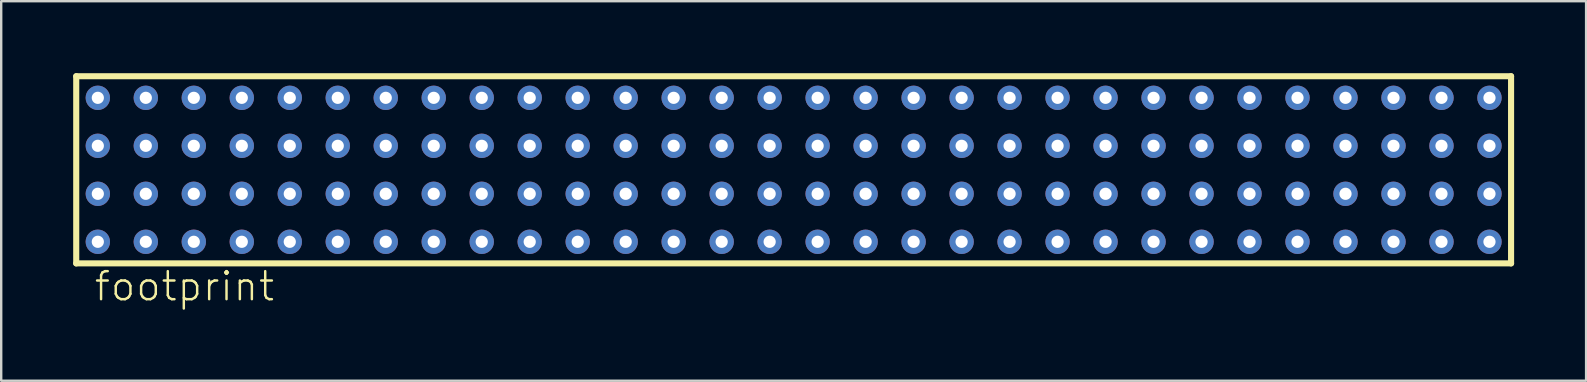
<source format=kicad_pcb>
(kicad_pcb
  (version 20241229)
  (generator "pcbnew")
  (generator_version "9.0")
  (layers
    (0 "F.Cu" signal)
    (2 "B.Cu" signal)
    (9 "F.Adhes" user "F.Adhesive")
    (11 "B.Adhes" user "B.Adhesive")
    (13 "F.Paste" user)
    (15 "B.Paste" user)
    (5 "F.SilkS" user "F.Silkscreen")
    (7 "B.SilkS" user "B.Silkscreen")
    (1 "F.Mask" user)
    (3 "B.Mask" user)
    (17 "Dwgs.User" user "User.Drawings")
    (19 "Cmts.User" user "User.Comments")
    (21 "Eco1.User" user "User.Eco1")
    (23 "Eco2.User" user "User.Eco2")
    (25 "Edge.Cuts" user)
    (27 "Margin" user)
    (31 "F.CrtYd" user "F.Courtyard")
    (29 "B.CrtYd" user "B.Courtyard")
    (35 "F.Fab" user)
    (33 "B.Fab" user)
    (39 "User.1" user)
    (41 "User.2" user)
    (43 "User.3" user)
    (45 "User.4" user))
  (footprint "footprint"
    (layer "F.Cu")
    (at 30.027 4.027)
    (property "Reference" "footprint" (at -29.21 5.54 0) (layer "F.SilkS") (effects (font (size 1.168 1.168) (thickness 0.102)) (justify left bottom)))
    (fp_line (start -29.9 -3.9) (end -29.9 3.9) (stroke (width 0.254) (type solid)) (layer "F.SilkS"))
    (fp_line (start -29.9 3.9) (end 29.9 3.9) (stroke (width 0.254) (type solid)) (layer "F.SilkS"))
    (fp_line (start 29.9 -3.9) (end -29.9 -3.9) (stroke (width 0.254) (type solid)) (layer "F.SilkS"))
    (fp_line (start 29.9 3.9) (end 29.9 -3.9) (stroke (width 0.254) (type solid)) (layer "F.SilkS"))
    (pad "A1" thru_hole circle (at -29 3) (size 1.016 1.016) (drill 0.508) (layers "*.Cu" "*.Mask"))
    (pad "A2" thru_hole circle (at -27 3) (size 1.016 1.016) (drill 0.508) (layers "*.Cu" "*.Mask"))
    (pad "A3" thru_hole circle (at -25 3) (size 1.016 1.016) (drill 0.508) (layers "*.Cu" "*.Mask"))
    (pad "A4" thru_hole circle (at -23 3) (size 1.016 1.016) (drill 0.508) (layers "*.Cu" "*.Mask"))
    (pad "A5" thru_hole circle (at -21 3) (size 1.016 1.016) (drill 0.508) (layers "*.Cu" "*.Mask"))
    (pad "A6" thru_hole circle (at -19 3) (size 1.016 1.016) (drill 0.508) (layers "*.Cu" "*.Mask"))
    (pad "A7" thru_hole circle (at -17 3) (size 1.016 1.016) (drill 0.508) (layers "*.Cu" "*.Mask"))
    (pad "A8" thru_hole circle (at -15 3) (size 1.016 1.016) (drill 0.508) (layers "*.Cu" "*.Mask"))
    (pad "A9" thru_hole circle (at -13 3) (size 1.016 1.016) (drill 0.508) (layers "*.Cu" "*.Mask"))
    (pad "A10" thru_hole circle (at -11 3) (size 1.016 1.016) (drill 0.508) (layers "*.Cu" "*.Mask"))
    (pad "A11" thru_hole circle (at -9 3) (size 1.016 1.016) (drill 0.508) (layers "*.Cu" "*.Mask"))
    (pad "A12" thru_hole circle (at -7 3) (size 1.016 1.016) (drill 0.508) (layers "*.Cu" "*.Mask"))
    (pad "A13" thru_hole circle (at -5 3) (size 1.016 1.016) (drill 0.508) (layers "*.Cu" "*.Mask"))
    (pad "A14" thru_hole circle (at -3 3) (size 1.016 1.016) (drill 0.508) (layers "*.Cu" "*.Mask"))
    (pad "A15" thru_hole circle (at -1 3) (size 1.016 1.016) (drill 0.508) (layers "*.Cu" "*.Mask"))
    (pad "A16" thru_hole circle (at 1 3) (size 1.016 1.016) (drill 0.508) (layers "*.Cu" "*.Mask"))
    (pad "A17" thru_hole circle (at 3 3) (size 1.016 1.016) (drill 0.508) (layers "*.Cu" "*.Mask"))
    (pad "A18" thru_hole circle (at 5 3) (size 1.016 1.016) (drill 0.508) (layers "*.Cu" "*.Mask"))
    (pad "A19" thru_hole circle (at 7 3) (size 1.016 1.016) (drill 0.508) (layers "*.Cu" "*.Mask"))
    (pad "A20" thru_hole circle (at 9 3) (size 1.016 1.016) (drill 0.508) (layers "*.Cu" "*.Mask"))
    (pad "A21" thru_hole circle (at 11 3) (size 1.016 1.016) (drill 0.508) (layers "*.Cu" "*.Mask"))
    (pad "A22" thru_hole circle (at 13 3) (size 1.016 1.016) (drill 0.508) (layers "*.Cu" "*.Mask"))
    (pad "A23" thru_hole circle (at 15 3) (size 1.016 1.016) (drill 0.508) (layers "*.Cu" "*.Mask"))
    (pad "A24" thru_hole circle (at 17 3) (size 1.016 1.016) (drill 0.508) (layers "*.Cu" "*.Mask"))
    (pad "A25" thru_hole circle (at 19 3) (size 1.016 1.016) (drill 0.508) (layers "*.Cu" "*.Mask"))
    (pad "A26" thru_hole circle (at 21 3) (size 1.016 1.016) (drill 0.508) (layers "*.Cu" "*.Mask"))
    (pad "A27" thru_hole circle (at 23 3) (size 1.016 1.016) (drill 0.508) (layers "*.Cu" "*.Mask"))
    (pad "A28" thru_hole circle (at 25 3) (size 1.016 1.016) (drill 0.508) (layers "*.Cu" "*.Mask"))
    (pad "A29" thru_hole circle (at 27 3) (size 1.016 1.016) (drill 0.508) (layers "*.Cu" "*.Mask"))
    (pad "A30" thru_hole circle (at 29 3) (size 1.016 1.016) (drill 0.508) (layers "*.Cu" "*.Mask"))
    (pad "B1" thru_hole circle (at -29 1) (size 1.016 1.016) (drill 0.508) (layers "*.Cu" "*.Mask"))
    (pad "B2" thru_hole circle (at -27 1) (size 1.016 1.016) (drill 0.508) (layers "*.Cu" "*.Mask"))
    (pad "B3" thru_hole circle (at -25 1) (size 1.016 1.016) (drill 0.508) (layers "*.Cu" "*.Mask"))
    (pad "B4" thru_hole circle (at -23 1) (size 1.016 1.016) (drill 0.508) (layers "*.Cu" "*.Mask"))
    (pad "B5" thru_hole circle (at -21 1) (size 1.016 1.016) (drill 0.508) (layers "*.Cu" "*.Mask"))
    (pad "B6" thru_hole circle (at -19 1) (size 1.016 1.016) (drill 0.508) (layers "*.Cu" "*.Mask"))
    (pad "B7" thru_hole circle (at -17 1) (size 1.016 1.016) (drill 0.508) (layers "*.Cu" "*.Mask"))
    (pad "B8" thru_hole circle (at -15 1) (size 1.016 1.016) (drill 0.508) (layers "*.Cu" "*.Mask"))
    (pad "B9" thru_hole circle (at -13 1) (size 1.016 1.016) (drill 0.508) (layers "*.Cu" "*.Mask"))
    (pad "B10" thru_hole circle (at -11 1) (size 1.016 1.016) (drill 0.508) (layers "*.Cu" "*.Mask"))
    (pad "B11" thru_hole circle (at -9 1) (size 1.016 1.016) (drill 0.508) (layers "*.Cu" "*.Mask"))
    (pad "B12" thru_hole circle (at -7 1) (size 1.016 1.016) (drill 0.508) (layers "*.Cu" "*.Mask"))
    (pad "B13" thru_hole circle (at -5 1) (size 1.016 1.016) (drill 0.508) (layers "*.Cu" "*.Mask"))
    (pad "B14" thru_hole circle (at -3 1) (size 1.016 1.016) (drill 0.508) (layers "*.Cu" "*.Mask"))
    (pad "B15" thru_hole circle (at -1 1) (size 1.016 1.016) (drill 0.508) (layers "*.Cu" "*.Mask"))
    (pad "B16" thru_hole circle (at 1 1) (size 1.016 1.016) (drill 0.508) (layers "*.Cu" "*.Mask"))
    (pad "B17" thru_hole circle (at 3 1) (size 1.016 1.016) (drill 0.508) (layers "*.Cu" "*.Mask"))
    (pad "B18" thru_hole circle (at 5 1) (size 1.016 1.016) (drill 0.508) (layers "*.Cu" "*.Mask"))
    (pad "B19" thru_hole circle (at 7 1) (size 1.016 1.016) (drill 0.508) (layers "*.Cu" "*.Mask"))
    (pad "B20" thru_hole circle (at 9 1) (size 1.016 1.016) (drill 0.508) (layers "*.Cu" "*.Mask"))
    (pad "B21" thru_hole circle (at 11 1) (size 1.016 1.016) (drill 0.508) (layers "*.Cu" "*.Mask"))
    (pad "B22" thru_hole circle (at 13 1) (size 1.016 1.016) (drill 0.508) (layers "*.Cu" "*.Mask"))
    (pad "B23" thru_hole circle (at 15 1) (size 1.016 1.016) (drill 0.508) (layers "*.Cu" "*.Mask"))
    (pad "B24" thru_hole circle (at 17 1) (size 1.016 1.016) (drill 0.508) (layers "*.Cu" "*.Mask"))
    (pad "B25" thru_hole circle (at 19 1) (size 1.016 1.016) (drill 0.508) (layers "*.Cu" "*.Mask"))
    (pad "B26" thru_hole circle (at 21 1) (size 1.016 1.016) (drill 0.508) (layers "*.Cu" "*.Mask"))
    (pad "B27" thru_hole circle (at 23 1) (size 1.016 1.016) (drill 0.508) (layers "*.Cu" "*.Mask"))
    (pad "B28" thru_hole circle (at 25 1) (size 1.016 1.016) (drill 0.508) (layers "*.Cu" "*.Mask"))
    (pad "B29" thru_hole circle (at 27 1) (size 1.016 1.016) (drill 0.508) (layers "*.Cu" "*.Mask"))
    (pad "B30" thru_hole circle (at 29 1) (size 1.016 1.016) (drill 0.508) (layers "*.Cu" "*.Mask"))
    (pad "C1" thru_hole circle (at -29 -1) (size 1.016 1.016) (drill 0.508) (layers "*.Cu" "*.Mask"))
    (pad "C2" thru_hole circle (at -27 -1) (size 1.016 1.016) (drill 0.508) (layers "*.Cu" "*.Mask"))
    (pad "C3" thru_hole circle (at -25 -1) (size 1.016 1.016) (drill 0.508) (layers "*.Cu" "*.Mask"))
    (pad "C4" thru_hole circle (at -23 -1) (size 1.016 1.016) (drill 0.508) (layers "*.Cu" "*.Mask"))
    (pad "C5" thru_hole circle (at -21 -1) (size 1.016 1.016) (drill 0.508) (layers "*.Cu" "*.Mask"))
    (pad "C6" thru_hole circle (at -19 -1) (size 1.016 1.016) (drill 0.508) (layers "*.Cu" "*.Mask"))
    (pad "C7" thru_hole circle (at -17 -1) (size 1.016 1.016) (drill 0.508) (layers "*.Cu" "*.Mask"))
    (pad "C8" thru_hole circle (at -15 -1) (size 1.016 1.016) (drill 0.508) (layers "*.Cu" "*.Mask"))
    (pad "C9" thru_hole circle (at -13 -1) (size 1.016 1.016) (drill 0.508) (layers "*.Cu" "*.Mask"))
    (pad "C10" thru_hole circle (at -11 -1) (size 1.016 1.016) (drill 0.508) (layers "*.Cu" "*.Mask"))
    (pad "C11" thru_hole circle (at -9 -1) (size 1.016 1.016) (drill 0.508) (layers "*.Cu" "*.Mask"))
    (pad "C12" thru_hole circle (at -7 -1) (size 1.016 1.016) (drill 0.508) (layers "*.Cu" "*.Mask"))
    (pad "C13" thru_hole circle (at -5 -1) (size 1.016 1.016) (drill 0.508) (layers "*.Cu" "*.Mask"))
    (pad "C14" thru_hole circle (at -3 -1) (size 1.016 1.016) (drill 0.508) (layers "*.Cu" "*.Mask"))
    (pad "C15" thru_hole circle (at -1 -1) (size 1.016 1.016) (drill 0.508) (layers "*.Cu" "*.Mask"))
    (pad "C16" thru_hole circle (at 1 -1) (size 1.016 1.016) (drill 0.508) (layers "*.Cu" "*.Mask"))
    (pad "C17" thru_hole circle (at 3 -1) (size 1.016 1.016) (drill 0.508) (layers "*.Cu" "*.Mask"))
    (pad "C18" thru_hole circle (at 5 -1) (size 1.016 1.016) (drill 0.508) (layers "*.Cu" "*.Mask"))
    (pad "C19" thru_hole circle (at 7 -1) (size 1.016 1.016) (drill 0.508) (layers "*.Cu" "*.Mask"))
    (pad "C20" thru_hole circle (at 9 -1) (size 1.016 1.016) (drill 0.508) (layers "*.Cu" "*.Mask"))
    (pad "C21" thru_hole circle (at 11 -1) (size 1.016 1.016) (drill 0.508) (layers "*.Cu" "*.Mask"))
    (pad "C22" thru_hole circle (at 13 -1) (size 1.016 1.016) (drill 0.508) (layers "*.Cu" "*.Mask"))
    (pad "C23" thru_hole circle (at 15 -1) (size 1.016 1.016) (drill 0.508) (layers "*.Cu" "*.Mask"))
    (pad "C24" thru_hole circle (at 17 -1) (size 1.016 1.016) (drill 0.508) (layers "*.Cu" "*.Mask"))
    (pad "C25" thru_hole circle (at 19 -1) (size 1.016 1.016) (drill 0.508) (layers "*.Cu" "*.Mask"))
    (pad "C26" thru_hole circle (at 21 -1) (size 1.016 1.016) (drill 0.508) (layers "*.Cu" "*.Mask"))
    (pad "C27" thru_hole circle (at 23 -1) (size 1.016 1.016) (drill 0.508) (layers "*.Cu" "*.Mask"))
    (pad "C28" thru_hole circle (at 25 -1) (size 1.016 1.016) (drill 0.508) (layers "*.Cu" "*.Mask"))
    (pad "C29" thru_hole circle (at 27 -1) (size 1.016 1.016) (drill 0.508) (layers "*.Cu" "*.Mask"))
    (pad "C30" thru_hole circle (at 29 -1) (size 1.016 1.016) (drill 0.508) (layers "*.Cu" "*.Mask"))
    (pad "D1" thru_hole circle (at -29 -3) (size 1.016 1.016) (drill 0.508) (layers "*.Cu" "*.Mask"))
    (pad "D2" thru_hole circle (at -27 -3) (size 1.016 1.016) (drill 0.508) (layers "*.Cu" "*.Mask"))
    (pad "D3" thru_hole circle (at -25 -3) (size 1.016 1.016) (drill 0.508) (layers "*.Cu" "*.Mask"))
    (pad "D4" thru_hole circle (at -23 -3) (size 1.016 1.016) (drill 0.508) (layers "*.Cu" "*.Mask"))
    (pad "D5" thru_hole circle (at -21 -3) (size 1.016 1.016) (drill 0.508) (layers "*.Cu" "*.Mask"))
    (pad "D6" thru_hole circle (at -19 -3) (size 1.016 1.016) (drill 0.508) (layers "*.Cu" "*.Mask"))
    (pad "D7" thru_hole circle (at -17 -3) (size 1.016 1.016) (drill 0.508) (layers "*.Cu" "*.Mask"))
    (pad "D8" thru_hole circle (at -15 -3) (size 1.016 1.016) (drill 0.508) (layers "*.Cu" "*.Mask"))
    (pad "D9" thru_hole circle (at -13 -3) (size 1.016 1.016) (drill 0.508) (layers "*.Cu" "*.Mask"))
    (pad "D10" thru_hole circle (at -11 -3) (size 1.016 1.016) (drill 0.508) (layers "*.Cu" "*.Mask"))
    (pad "D11" thru_hole circle (at -9 -3) (size 1.016 1.016) (drill 0.508) (layers "*.Cu" "*.Mask"))
    (pad "D12" thru_hole circle (at -7 -3) (size 1.016 1.016) (drill 0.508) (layers "*.Cu" "*.Mask"))
    (pad "D13" thru_hole circle (at -5 -3) (size 1.016 1.016) (drill 0.508) (layers "*.Cu" "*.Mask"))
    (pad "D14" thru_hole circle (at -3 -3) (size 1.016 1.016) (drill 0.508) (layers "*.Cu" "*.Mask"))
    (pad "D15" thru_hole circle (at -1 -3) (size 1.016 1.016) (drill 0.508) (layers "*.Cu" "*.Mask"))
    (pad "D16" thru_hole circle (at 1 -3) (size 1.016 1.016) (drill 0.508) (layers "*.Cu" "*.Mask"))
    (pad "D17" thru_hole circle (at 3 -3) (size 1.016 1.016) (drill 0.508) (layers "*.Cu" "*.Mask"))
    (pad "D18" thru_hole circle (at 5 -3) (size 1.016 1.016) (drill 0.508) (layers "*.Cu" "*.Mask"))
    (pad "D19" thru_hole circle (at 7 -3) (size 1.016 1.016) (drill 0.508) (layers "*.Cu" "*.Mask"))
    (pad "D20" thru_hole circle (at 9 -3) (size 1.016 1.016) (drill 0.508) (layers "*.Cu" "*.Mask"))
    (pad "D21" thru_hole circle (at 11 -3) (size 1.016 1.016) (drill 0.508) (layers "*.Cu" "*.Mask"))
    (pad "D22" thru_hole circle (at 13 -3) (size 1.016 1.016) (drill 0.508) (layers "*.Cu" "*.Mask"))
    (pad "D23" thru_hole circle (at 15 -3) (size 1.016 1.016) (drill 0.508) (layers "*.Cu" "*.Mask"))
    (pad "D24" thru_hole circle (at 17 -3) (size 1.016 1.016) (drill 0.508) (layers "*.Cu" "*.Mask"))
    (pad "D25" thru_hole circle (at 19 -3) (size 1.016 1.016) (drill 0.508) (layers "*.Cu" "*.Mask"))
    (pad "D26" thru_hole circle (at 21 -3) (size 1.016 1.016) (drill 0.508) (layers "*.Cu" "*.Mask"))
    (pad "D27" thru_hole circle (at 23 -3) (size 1.016 1.016) (drill 0.508) (layers "*.Cu" "*.Mask"))
    (pad "D28" thru_hole circle (at 25 -3) (size 1.016 1.016) (drill 0.508) (layers "*.Cu" "*.Mask"))
    (pad "D29" thru_hole circle (at 27 -3) (size 1.016 1.016) (drill 0.508) (layers "*.Cu" "*.Mask"))
    (pad "D30" thru_hole circle (at 29 -3) (size 1.016 1.016) (drill 0.508) (layers "*.Cu" "*.Mask")))
  (gr_rect
    (start -3 -3)
    (end 63.054 12.817)
    (stroke (width 0.1) (type default))
    (fill no)
    (layer "Edge.Cuts")))
</source>
